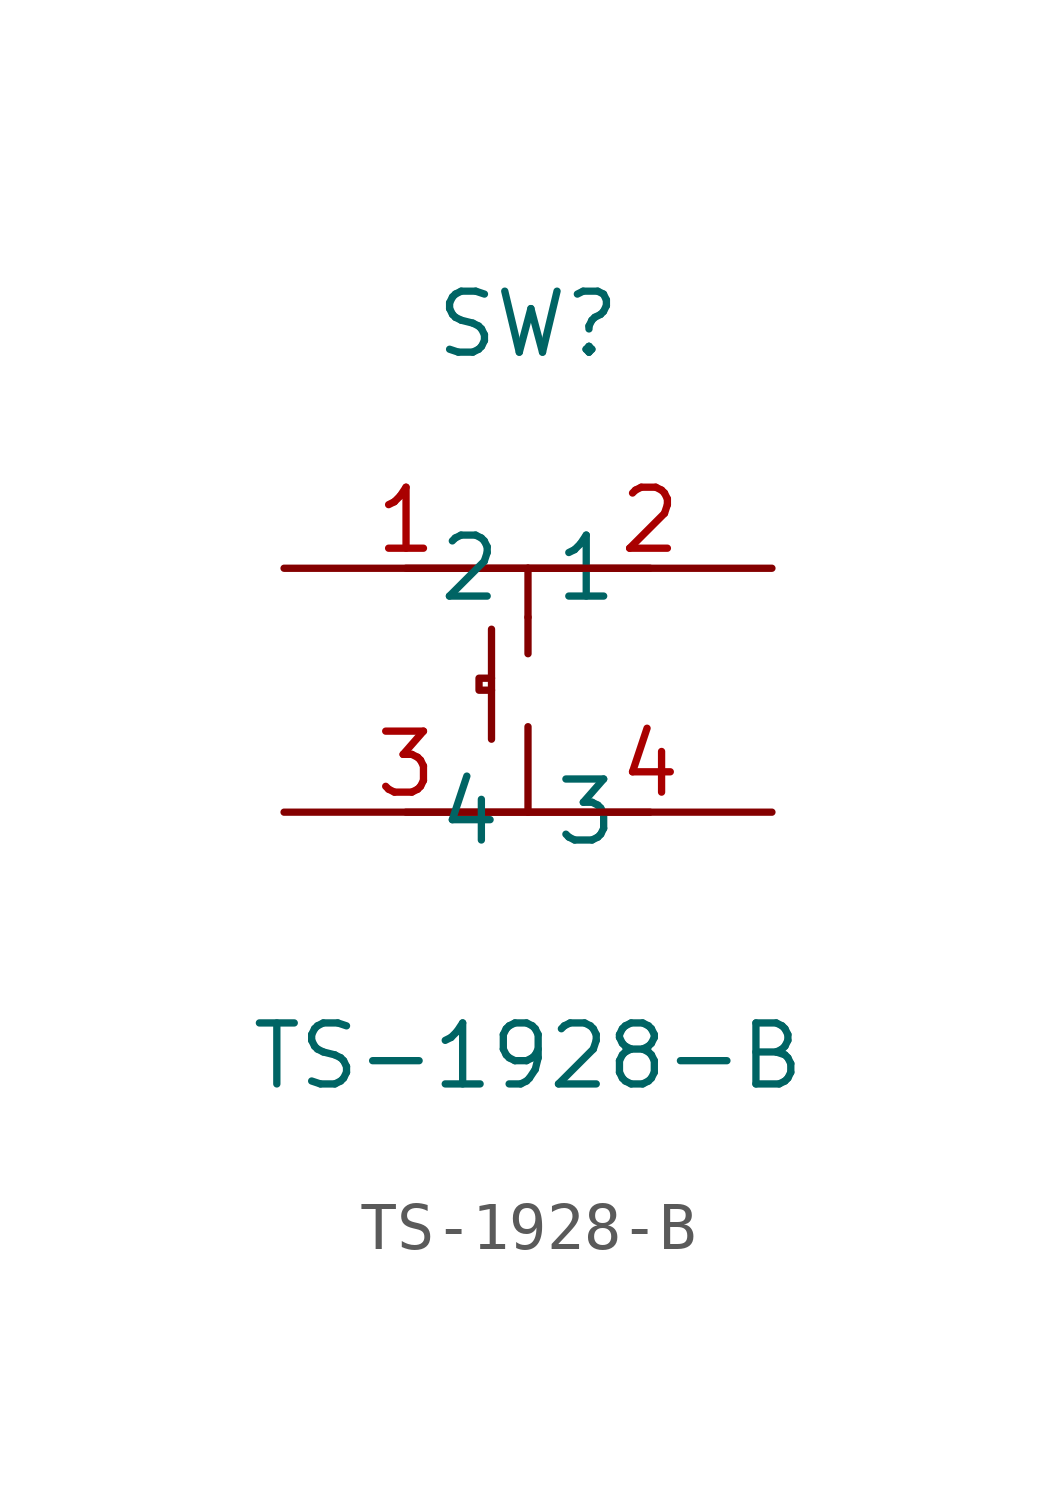
<source format=kicad_sym>
(kicad_symbol_lib
  (version 20211014)
  (generator https://github.com/uPesy/easyeda2kicad.py)
  (symbol "TS-1928-B"
    (property "Reference" "SW"
      (at 0 7.62 0)
      (effects (font (size 1.27 1.27))))
    (property "Value" "TS-1928-B"
      (at 0 -7.62 0)
      (effects (font (size 1.27 1.27))))
    (symbol "TS-1928-B_0_1"
      (polyline (pts (xy -2.54 2.54) (xy 2.54 2.54)) (stroke (width 0) (type default) (color 0 0 0 0)) (fill (type none)))
      (polyline (pts (xy -2.54 -2.54) (xy 2.54 -2.54)) (stroke (width 0) (type default) (color 0 0 0 0)) (fill (type none)))
      (polyline (pts (xy 0.00 2.54) (xy 0.00 1.52)) (stroke (width 0) (type default) (color 0 0 0 0)) (fill (type none)))
      (polyline (pts (xy 0.00 -2.54) (xy 0.00 -0.76)) (stroke (width 0) (type default) (color 0 0 0 0)) (fill (type none)))
      (polyline (pts (xy 0.00 1.52) (xy 0.00 0.76)) (stroke (width 0) (type default) (color 0 0 0 0)) (fill (type none)))
      (polyline (pts (xy -0.76 1.27) (xy -0.76 -1.02)) (stroke (width 0) (type default) (color 0 0 0 0)) (fill (type none)))
      (polyline (pts (xy -0.76 0.25) (xy -1.02 0.25) (xy -1.02 -0.00) (xy -0.76 -0.00)) (stroke (width 0) (type default) (color 0 0 0 0)) (fill (type none)))
      (pin unspecified line (at -5.08 2.54 0) (length 5.08) (name "1" (effects (font (size 1.27 1.27)))) (number "1" (effects (font (size 1.27 1.27)))))
      (pin unspecified line (at 5.08 2.54 180) (length 5.08) (name "2" (effects (font (size 1.27 1.27)))) (number "2" (effects (font (size 1.27 1.27)))))
      (pin unspecified line (at -5.08 -2.54 0) (length 5.08) (name "3" (effects (font (size 1.27 1.27)))) (number "3" (effects (font (size 1.27 1.27)))))
      (pin unspecified line (at 5.08 -2.54 180) (length 5.08) (name "4" (effects (font (size 1.27 1.27)))) (number "4" (effects (font (size 1.27 1.27))))))))
</source>
